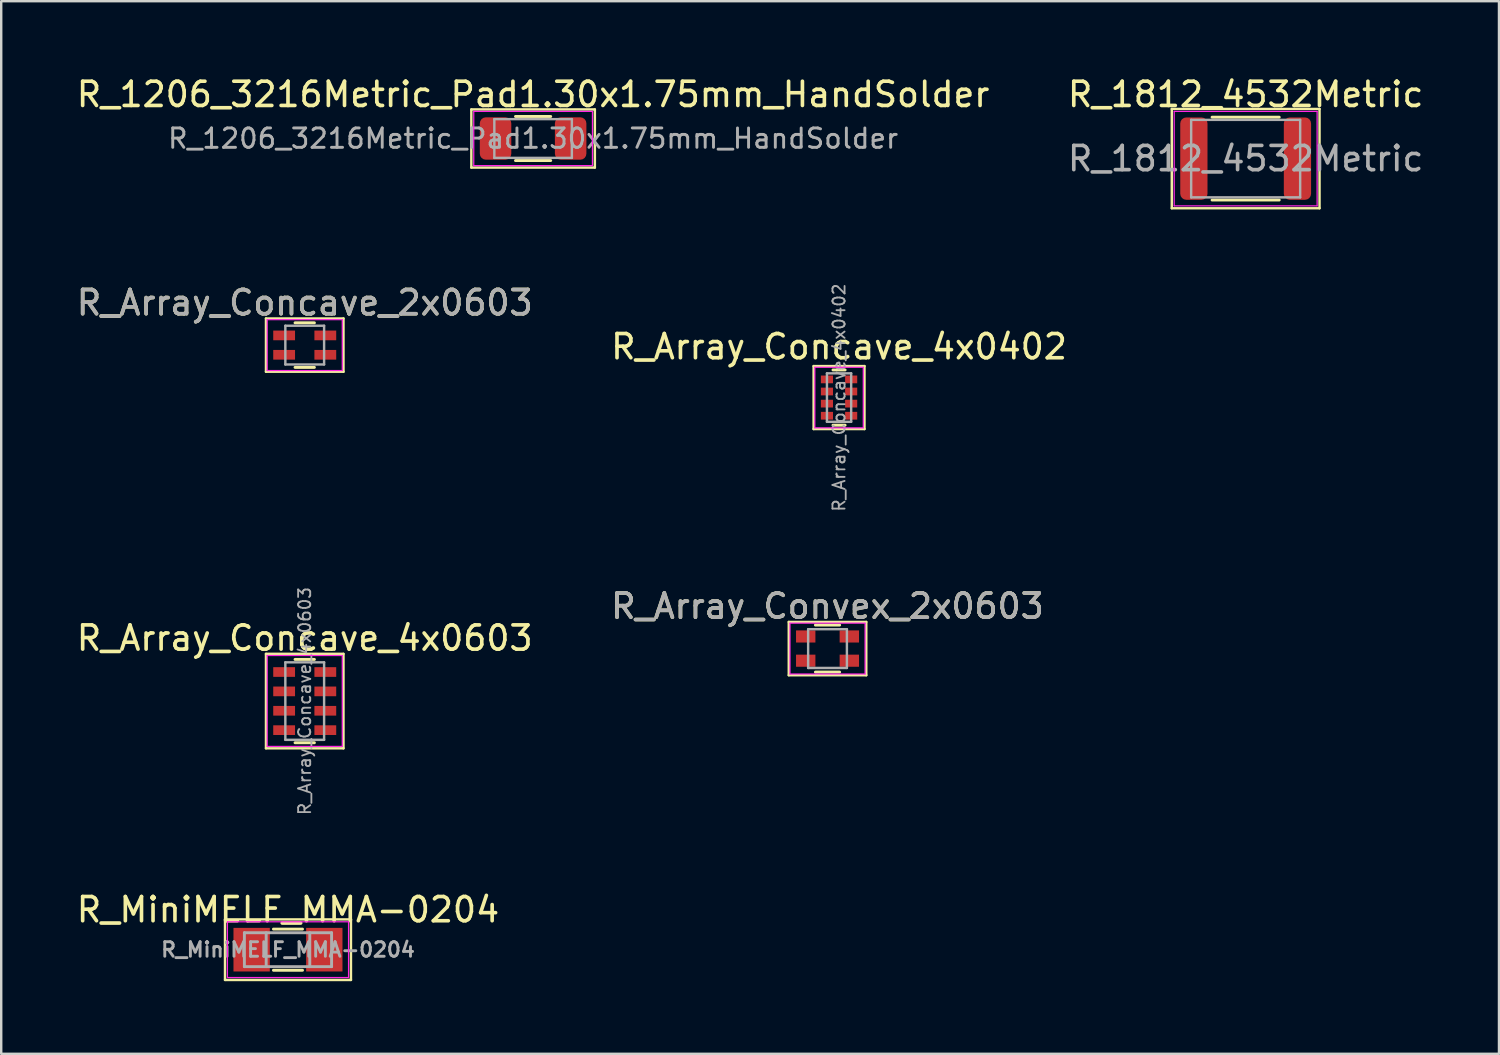
<source format=kicad_pcb>
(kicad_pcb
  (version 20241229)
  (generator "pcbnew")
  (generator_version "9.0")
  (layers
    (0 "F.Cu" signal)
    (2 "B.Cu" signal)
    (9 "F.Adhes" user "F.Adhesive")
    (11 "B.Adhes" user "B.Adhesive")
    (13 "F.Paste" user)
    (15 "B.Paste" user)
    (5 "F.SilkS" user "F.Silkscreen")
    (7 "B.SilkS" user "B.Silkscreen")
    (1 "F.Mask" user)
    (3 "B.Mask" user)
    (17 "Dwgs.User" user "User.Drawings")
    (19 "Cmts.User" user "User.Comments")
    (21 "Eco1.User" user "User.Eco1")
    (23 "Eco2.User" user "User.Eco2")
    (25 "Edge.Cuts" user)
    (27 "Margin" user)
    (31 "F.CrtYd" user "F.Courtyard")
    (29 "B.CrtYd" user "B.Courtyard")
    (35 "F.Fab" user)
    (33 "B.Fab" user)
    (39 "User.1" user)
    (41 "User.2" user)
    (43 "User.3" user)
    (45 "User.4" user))
  (footprint "R_Array_Convex_2x0603"
    (layer "F.Cu")
    (at 31.113 23.726)
    (property "Reference" "R_Array_Convex_2x0603" (at 0 -1.75 0) (layer "F.SilkS") (effects (font (size 1 1) (thickness 0.15))))
    (attr smd)
    (fp_line (start -1.6 -1.1) (end 1.6 -1.1) (stroke (width 0.1) (type default)) (layer "F.SilkS"))
    (fp_line (start -1.6 1.1) (end -1.6 -1.1) (stroke (width 0.1) (type default)) (layer "F.SilkS"))
    (fp_line (start 0.5 -0.97) (end -0.5 -0.97) (stroke (width 0.12) (type solid)) (layer "F.SilkS"))
    (fp_line (start 0.5 0.97) (end -0.5 0.97) (stroke (width 0.12) (type solid)) (layer "F.SilkS"))
    (fp_line (start 1.6 -1.1) (end 1.6 1.1) (stroke (width 0.1) (type default)) (layer "F.SilkS"))
    (fp_line (start 1.6 1.1) (end -1.6 1.1) (stroke (width 0.1) (type default)) (layer "F.SilkS"))
    (fp_line (start -1.55 -1.05) (end -1.55 1.05) (stroke (width 0.05) (type solid)) (layer "F.CrtYd"))
    (fp_line (start -1.55 -1.05) (end 1.55 -1.05) (stroke (width 0.05) (type solid)) (layer "F.CrtYd"))
    (fp_line (start 1.55 1.05) (end -1.55 1.05) (stroke (width 0.05) (type solid)) (layer "F.CrtYd"))
    (fp_line (start 1.55 1.05) (end 1.55 -1.05) (stroke (width 0.05) (type solid)) (layer "F.CrtYd"))
    (fp_line (start -0.8 -0.8) (end 0.8 -0.8) (stroke (width 0.1) (type solid)) (layer "F.Fab"))
    (fp_line (start -0.8 0.8) (end -0.8 -0.8) (stroke (width 0.1) (type solid)) (layer "F.Fab"))
    (fp_line (start 0.8 -0.8) (end 0.8 0.8) (stroke (width 0.1) (type solid)) (layer "F.Fab"))
    (fp_line (start 0.8 0.8) (end -0.8 0.8) (stroke (width 0.1) (type solid)) (layer "F.Fab"))
    (fp_text user "${REFERENCE}" (at 0 -1.75 0) (layer "F.Fab") (effects (font (size 1 1) (thickness 0.15))))
    (pad "1" smd rect (at -0.9 -0.5) (size 0.8 0.5) (layers "F.Cu" "F.Mask" "F.Paste"))
    (pad "2" smd rect (at -0.9 0.5) (size 0.8 0.5) (layers "F.Cu" "F.Mask" "F.Paste"))
    (pad "3" smd rect (at 0.9 0.5) (size 0.8 0.5) (layers "F.Cu" "F.Mask" "F.Paste"))
    (pad "4" smd rect (at 0.9 -0.5) (size 0.8 0.5) (layers "F.Cu" "F.Mask" "F.Paste")))
  (footprint "R_1812_4532Metric"
    (layer "F.Cu")
    (at 48.375 3.498)
    (property "Reference" "R_1812_4532Metric" (at 0 -2.65 0) (layer "F.SilkS") (effects (font (size 1 1) (thickness 0.15))))
    (attr smd)
    (fp_line (start -3.05 -2.05) (end 3.05 -2.05) (stroke (width 0.1) (type default)) (layer "F.SilkS"))
    (fp_line (start -3.05 2.05) (end -3.05 -2.05) (stroke (width 0.1) (type default)) (layer "F.SilkS"))
    (fp_line (start -1.386 -1.71) (end 1.386 -1.71) (stroke (width 0.12) (type solid)) (layer "F.SilkS"))
    (fp_line (start -1.386 1.71) (end 1.386 1.71) (stroke (width 0.12) (type solid)) (layer "F.SilkS"))
    (fp_line (start 3.05 -2.05) (end 3.05 2.05) (stroke (width 0.1) (type default)) (layer "F.SilkS"))
    (fp_line (start 3.05 2.05) (end -3.05 2.05) (stroke (width 0.1) (type default)) (layer "F.SilkS"))
    (fp_line (start -2.95 -1.95) (end 2.95 -1.95) (stroke (width 0.05) (type solid)) (layer "F.CrtYd"))
    (fp_line (start -2.95 1.95) (end -2.95 -1.95) (stroke (width 0.05) (type solid)) (layer "F.CrtYd"))
    (fp_line (start 2.95 -1.95) (end 2.95 1.95) (stroke (width 0.05) (type solid)) (layer "F.CrtYd"))
    (fp_line (start 2.95 1.95) (end -2.95 1.95) (stroke (width 0.05) (type solid)) (layer "F.CrtYd"))
    (fp_line (start -2.25 -1.6) (end 2.25 -1.6) (stroke (width 0.1) (type solid)) (layer "F.Fab"))
    (fp_line (start -2.25 1.6) (end -2.25 -1.6) (stroke (width 0.1) (type solid)) (layer "F.Fab"))
    (fp_line (start 2.25 -1.6) (end 2.25 1.6) (stroke (width 0.1) (type solid)) (layer "F.Fab"))
    (fp_line (start 2.25 1.6) (end -2.25 1.6) (stroke (width 0.1) (type solid)) (layer "F.Fab"))
    (fp_text user "${REFERENCE}" (at 0 0 0) (layer "F.Fab") (effects (font (size 1 1) (thickness 0.15))))
    (pad "1" smd roundrect (at -2.138 0) (size 1.125 3.4) (layers "F.Cu" "F.Mask" "F.Paste") (roundrect_rratio 0.222))
    (pad "2" smd roundrect (at 2.138 0) (size 1.125 3.4) (layers "F.Cu" "F.Mask" "F.Paste") (roundrect_rratio 0.222)))
  (footprint "R_Array_Concave_4x0402"
    (layer "F.Cu")
    (at 31.589 13.363)
    (property "Reference" "R_Array_Concave_4x0402" (at 0 -2.1 0) (layer "F.SilkS") (effects (font (size 1 1) (thickness 0.15))))
    (attr smd)
    (fp_line (start -1.05 -1.3) (end 1.05 -1.3) (stroke (width 0.1) (type default)) (layer "F.SilkS"))
    (fp_line (start -1.05 1.3) (end -1.05 -1.3) (stroke (width 0.1) (type default)) (layer "F.SilkS"))
    (fp_line (start 0.25 -1.14) (end -0.25 -1.14) (stroke (width 0.12) (type solid)) (layer "F.SilkS"))
    (fp_line (start 0.25 1.14) (end -0.25 1.14) (stroke (width 0.12) (type solid)) (layer "F.SilkS"))
    (fp_line (start 1.05 -1.3) (end 1.05 1.3) (stroke (width 0.1) (type default)) (layer "F.SilkS"))
    (fp_line (start 1.05 1.3) (end -1.05 1.3) (stroke (width 0.1) (type default)) (layer "F.SilkS"))
    (fp_line (start -1 -1.25) (end -1 1.25) (stroke (width 0.05) (type solid)) (layer "F.CrtYd"))
    (fp_line (start -1 -1.25) (end 1 -1.25) (stroke (width 0.05) (type solid)) (layer "F.CrtYd"))
    (fp_line (start 1 1.25) (end -1 1.25) (stroke (width 0.05) (type solid)) (layer "F.CrtYd"))
    (fp_line (start 1 1.25) (end 1 -1.25) (stroke (width 0.05) (type solid)) (layer "F.CrtYd"))
    (fp_line (start -0.5 -1) (end 0.5 -1) (stroke (width 0.1) (type solid)) (layer "F.Fab"))
    (fp_line (start -0.5 1) (end -0.5 -1) (stroke (width 0.1) (type solid)) (layer "F.Fab"))
    (fp_line (start 0.5 -1) (end 0.5 1) (stroke (width 0.1) (type solid)) (layer "F.Fab"))
    (fp_line (start 0.5 1) (end -0.5 1) (stroke (width 0.1) (type solid)) (layer "F.Fab"))
    (fp_text user "${REFERENCE}" (at 0 0 90) (layer "F.Fab") (effects (font (size 0.5 0.5) (thickness 0.075))))
    (pad "1" smd rect (at -0.5 -0.75) (size 0.5 0.32) (layers "F.Cu" "F.Mask" "F.Paste"))
    (pad "2" smd rect (at -0.5 -0.25) (size 0.5 0.32) (layers "F.Cu" "F.Mask" "F.Paste"))
    (pad "3" smd rect (at -0.5 0.25) (size 0.5 0.32) (layers "F.Cu" "F.Mask" "F.Paste"))
    (pad "4" smd rect (at -0.5 0.75) (size 0.5 0.32) (layers "F.Cu" "F.Mask" "F.Paste"))
    (pad "5" smd rect (at 0.5 0.75) (size 0.5 0.32) (layers "F.Cu" "F.Mask" "F.Paste"))
    (pad "6" smd rect (at 0.5 0.25) (size 0.5 0.32) (layers "F.Cu" "F.Mask" "F.Paste"))
    (pad "7" smd rect (at 0.5 -0.25) (size 0.5 0.32) (layers "F.Cu" "F.Mask" "F.Paste"))
    (pad "8" smd rect (at 0.5 -0.75) (size 0.5 0.32) (layers "F.Cu" "F.Mask" "F.Paste")))
  (footprint "R_Array_Concave_4x0603"
    (layer "F.Cu")
    (at 9.53 25.893)
    (property "Reference" "R_Array_Concave_4x0603" (at 0 -2.6 0) (layer "F.SilkS") (effects (font (size 1 1) (thickness 0.15))))
    (attr smd)
    (fp_line (start -1.6 -1.95) (end 1.6 -1.95) (stroke (width 0.1) (type default)) (layer "F.SilkS"))
    (fp_line (start -1.6 1.95) (end -1.6 -1.95) (stroke (width 0.1) (type default)) (layer "F.SilkS"))
    (fp_line (start 0.4 -1.72) (end -0.4 -1.72) (stroke (width 0.12) (type solid)) (layer "F.SilkS"))
    (fp_line (start 0.4 1.72) (end -0.4 1.72) (stroke (width 0.12) (type solid)) (layer "F.SilkS"))
    (fp_line (start 1.6 -1.95) (end 1.6 1.95) (stroke (width 0.1) (type default)) (layer "F.SilkS"))
    (fp_line (start 1.6 1.95) (end -1.6 1.95) (stroke (width 0.1) (type default)) (layer "F.SilkS"))
    (fp_line (start -1.55 -1.88) (end -1.55 1.87) (stroke (width 0.05) (type solid)) (layer "F.CrtYd"))
    (fp_line (start -1.55 -1.88) (end 1.55 -1.88) (stroke (width 0.05) (type solid)) (layer "F.CrtYd"))
    (fp_line (start 1.55 1.87) (end -1.55 1.87) (stroke (width 0.05) (type solid)) (layer "F.CrtYd"))
    (fp_line (start 1.55 1.87) (end 1.55 -1.88) (stroke (width 0.05) (type solid)) (layer "F.CrtYd"))
    (fp_line (start -0.8 -1.6) (end 0.8 -1.6) (stroke (width 0.1) (type solid)) (layer "F.Fab"))
    (fp_line (start -0.8 1.6) (end -0.8 -1.6) (stroke (width 0.1) (type solid)) (layer "F.Fab"))
    (fp_line (start 0.8 -1.6) (end 0.8 1.6) (stroke (width 0.1) (type solid)) (layer "F.Fab"))
    (fp_line (start 0.8 1.6) (end -0.8 1.6) (stroke (width 0.1) (type solid)) (layer "F.Fab"))
    (fp_text user "${REFERENCE}" (at 0 0 90) (layer "F.Fab") (effects (font (size 0.5 0.5) (thickness 0.075))))
    (pad "1" smd rect (at -0.85 -1.2) (size 0.9 0.4) (layers "F.Cu" "F.Mask" "F.Paste"))
    (pad "2" smd rect (at -0.85 -0.4) (size 0.9 0.4) (layers "F.Cu" "F.Mask" "F.Paste"))
    (pad "3" smd rect (at -0.85 0.4) (size 0.9 0.4) (layers "F.Cu" "F.Mask" "F.Paste"))
    (pad "4" smd rect (at -0.85 1.2) (size 0.9 0.4) (layers "F.Cu" "F.Mask" "F.Paste"))
    (pad "5" smd rect (at 0.85 1.2) (size 0.9 0.4) (layers "F.Cu" "F.Mask" "F.Paste"))
    (pad "6" smd rect (at 0.85 0.4) (size 0.9 0.4) (layers "F.Cu" "F.Mask" "F.Paste"))
    (pad "7" smd rect (at 0.85 -0.4) (size 0.9 0.4) (layers "F.Cu" "F.Mask" "F.Paste"))
    (pad "8" smd rect (at 0.85 -1.2) (size 0.9 0.4) (layers "F.Cu" "F.Mask" "F.Paste")))
  (footprint "R_1206_3216Metric_Pad1.30x1.75mm_HandSolder"
    (layer "F.Cu")
    (at 18.958 2.668)
    (property "Reference" "R_1206_3216Metric_Pad1.30x1.75mm_HandSolder" (at 0 -1.82 0) (layer "F.SilkS") (effects (font (size 1 1) (thickness 0.15))))
    (attr smd)
    (fp_line (start -2.55 -1.2) (end 2.55 -1.2) (stroke (width 0.1) (type default)) (layer "F.SilkS"))
    (fp_line (start -2.55 1.2) (end -2.55 -1.2) (stroke (width 0.1) (type default)) (layer "F.SilkS"))
    (fp_line (start -0.727 -0.91) (end 0.727 -0.91) (stroke (width 0.12) (type solid)) (layer "F.SilkS"))
    (fp_line (start -0.727 0.91) (end 0.727 0.91) (stroke (width 0.12) (type solid)) (layer "F.SilkS"))
    (fp_line (start 2.55 -1.2) (end 2.55 1.2) (stroke (width 0.1) (type default)) (layer "F.SilkS"))
    (fp_line (start 2.55 1.2) (end -2.55 1.2) (stroke (width 0.1) (type default)) (layer "F.SilkS"))
    (fp_line (start -2.45 -1.12) (end 2.45 -1.12) (stroke (width 0.05) (type solid)) (layer "F.CrtYd"))
    (fp_line (start -2.45 1.12) (end -2.45 -1.12) (stroke (width 0.05) (type solid)) (layer "F.CrtYd"))
    (fp_line (start 2.45 -1.12) (end 2.45 1.12) (stroke (width 0.05) (type solid)) (layer "F.CrtYd"))
    (fp_line (start 2.45 1.12) (end -2.45 1.12) (stroke (width 0.05) (type solid)) (layer "F.CrtYd"))
    (fp_line (start -1.6 -0.8) (end 1.6 -0.8) (stroke (width 0.1) (type solid)) (layer "F.Fab"))
    (fp_line (start -1.6 0.8) (end -1.6 -0.8) (stroke (width 0.1) (type solid)) (layer "F.Fab"))
    (fp_line (start 1.6 -0.8) (end 1.6 0.8) (stroke (width 0.1) (type solid)) (layer "F.Fab"))
    (fp_line (start 1.6 0.8) (end -1.6 0.8) (stroke (width 0.1) (type solid)) (layer "F.Fab"))
    (fp_text user "${REFERENCE}" (at 0 0 0) (layer "F.Fab") (effects (font (size 0.8 0.8) (thickness 0.12))))
    (pad "1" smd roundrect (at -1.55 0) (size 1.3 1.75) (layers "F.Cu" "F.Mask" "F.Paste") (roundrect_rratio 0.192))
    (pad "2" smd roundrect (at 1.55 0) (size 1.3 1.75) (layers "F.Cu" "F.Mask" "F.Paste") (roundrect_rratio 0.192)))
  (footprint "R_MiniMELF_MMA-0204"
    (layer "F.Cu")
    (at 8.839 36.156)
    (property "Reference" "R_MiniMELF_MMA-0204" (at 0 -1.65 0) (layer "F.SilkS") (effects (font (size 1 1) (thickness 0.15))))
    (attr smd)
    (fp_line (start -2.6 -1.25) (end 2.6 -1.25) (stroke (width 0.1) (type default)) (layer "F.SilkS"))
    (fp_line (start -2.6 1.25) (end -2.6 -1.25) (stroke (width 0.1) (type default)) (layer "F.SilkS"))
    (fp_line (start -0.6 -0.85) (end 0.6 -0.85) (stroke (width 0.12) (type solid)) (layer "F.SilkS"))
    (fp_line (start 0.6 0.85) (end -0.6 0.85) (stroke (width 0.12) (type solid)) (layer "F.SilkS"))
    (fp_line (start 2.6 -1.25) (end 2.6 1.25) (stroke (width 0.1) (type default)) (layer "F.SilkS"))
    (fp_line (start 2.6 1.25) (end -2.6 1.25) (stroke (width 0.1) (type default)) (layer "F.SilkS"))
    (fp_line (start -2.5 -1.15) (end -2.5 1.15) (stroke (width 0.05) (type solid)) (layer "F.CrtYd"))
    (fp_line (start -2.5 -1.15) (end 2.5 -1.15) (stroke (width 0.05) (type solid)) (layer "F.CrtYd"))
    (fp_line (start 2.5 1.15) (end -2.5 1.15) (stroke (width 0.05) (type solid)) (layer "F.CrtYd"))
    (fp_line (start 2.5 1.15) (end 2.5 -1.15) (stroke (width 0.05) (type solid)) (layer "F.CrtYd"))
    (fp_line (start -1.8 -0.7) (end -1.8 0.7) (stroke (width 0.12) (type solid)) (layer "F.Fab"))
    (fp_line (start -1.8 0.7) (end 1.8 0.7) (stroke (width 0.12) (type solid)) (layer "F.Fab"))
    (fp_line (start -0.9 -0.7) (end -0.9 0.7) (stroke (width 0.12) (type solid)) (layer "F.Fab"))
    (fp_line (start 0.9 0.7) (end 0.9 -0.7) (stroke (width 0.12) (type solid)) (layer "F.Fab"))
    (fp_line (start 1.8 -0.7) (end -1.8 -0.7) (stroke (width 0.12) (type solid)) (layer "F.Fab"))
    (fp_line (start 1.8 0.7) (end 1.8 -0.7) (stroke (width 0.12) (type solid)) (layer "F.Fab"))
    (fp_text user "${REFERENCE}" (at 0 0 0) (layer "F.Fab") (effects (font (size 0.6 0.6) (thickness 0.12))))
    (pad "1" smd rect (at -1.5 0) (size 1.5 1.8) (layers "F.Cu" "F.Mask" "F.Paste"))
    (pad "2" smd rect (at 1.5 0) (size 1.5 1.8) (layers "F.Cu" "F.Mask" "F.Paste")))
  (footprint "R_Array_Concave_2x0603"
    (layer "F.Cu")
    (at 9.53 11.197)
    (property "Reference" "R_Array_Concave_2x0603" (at 0 -1.75 0) (layer "F.SilkS") (effects (font (size 1 1) (thickness 0.15))))
    (attr smd)
    (fp_line (start -1.6 -1.1) (end 1.6 -1.1) (stroke (width 0.1) (type default)) (layer "F.SilkS"))
    (fp_line (start -1.6 1.1) (end -1.6 -1.1) (stroke (width 0.1) (type default)) (layer "F.SilkS"))
    (fp_line (start 0.4 -0.92) (end -0.4 -0.92) (stroke (width 0.12) (type solid)) (layer "F.SilkS"))
    (fp_line (start 0.4 0.92) (end -0.4 0.92) (stroke (width 0.12) (type solid)) (layer "F.SilkS"))
    (fp_line (start 1.6 -1.1) (end 1.6 1.1) (stroke (width 0.1) (type default)) (layer "F.SilkS"))
    (fp_line (start 1.6 1.1) (end -1.6 1.1) (stroke (width 0.1) (type default)) (layer "F.SilkS"))
    (fp_line (start -1.55 -1.05) (end -1.55 1.05) (stroke (width 0.05) (type solid)) (layer "F.CrtYd"))
    (fp_line (start -1.55 -1.05) (end 1.55 -1.05) (stroke (width 0.05) (type solid)) (layer "F.CrtYd"))
    (fp_line (start 1.55 1.05) (end -1.55 1.05) (stroke (width 0.05) (type solid)) (layer "F.CrtYd"))
    (fp_line (start 1.55 1.05) (end 1.55 -1.05) (stroke (width 0.05) (type solid)) (layer "F.CrtYd"))
    (fp_line (start -0.8 -0.8) (end 0.8 -0.8) (stroke (width 0.1) (type solid)) (layer "F.Fab"))
    (fp_line (start -0.8 0.8) (end -0.8 -0.8) (stroke (width 0.1) (type solid)) (layer "F.Fab"))
    (fp_line (start 0.8 -0.8) (end 0.8 0.8) (stroke (width 0.1) (type solid)) (layer "F.Fab"))
    (fp_line (start 0.8 0.8) (end -0.8 0.8) (stroke (width 0.1) (type solid)) (layer "F.Fab"))
    (fp_text user "${REFERENCE}" (at 0 -1.75 0) (layer "F.Fab") (effects (font (size 1 1) (thickness 0.15))))
    (pad "1" smd rect (at -0.85 -0.4) (size 0.9 0.4) (layers "F.Cu" "F.Mask" "F.Paste"))
    (pad "2" smd rect (at -0.85 0.4) (size 0.9 0.4) (layers "F.Cu" "F.Mask" "F.Paste"))
    (pad "3" smd rect (at 0.85 0.4) (size 0.9 0.4) (layers "F.Cu" "F.Mask" "F.Paste"))
    (pad "4" smd rect (at 0.85 -0.4) (size 0.9 0.4) (layers "F.Cu" "F.Mask" "F.Paste")))
  (gr_rect
    (start -3 -3)
    (end 58.833 40.456)
    (stroke (width 0.1) (type default))
    (fill no)
    (layer "Edge.Cuts")))
</source>
